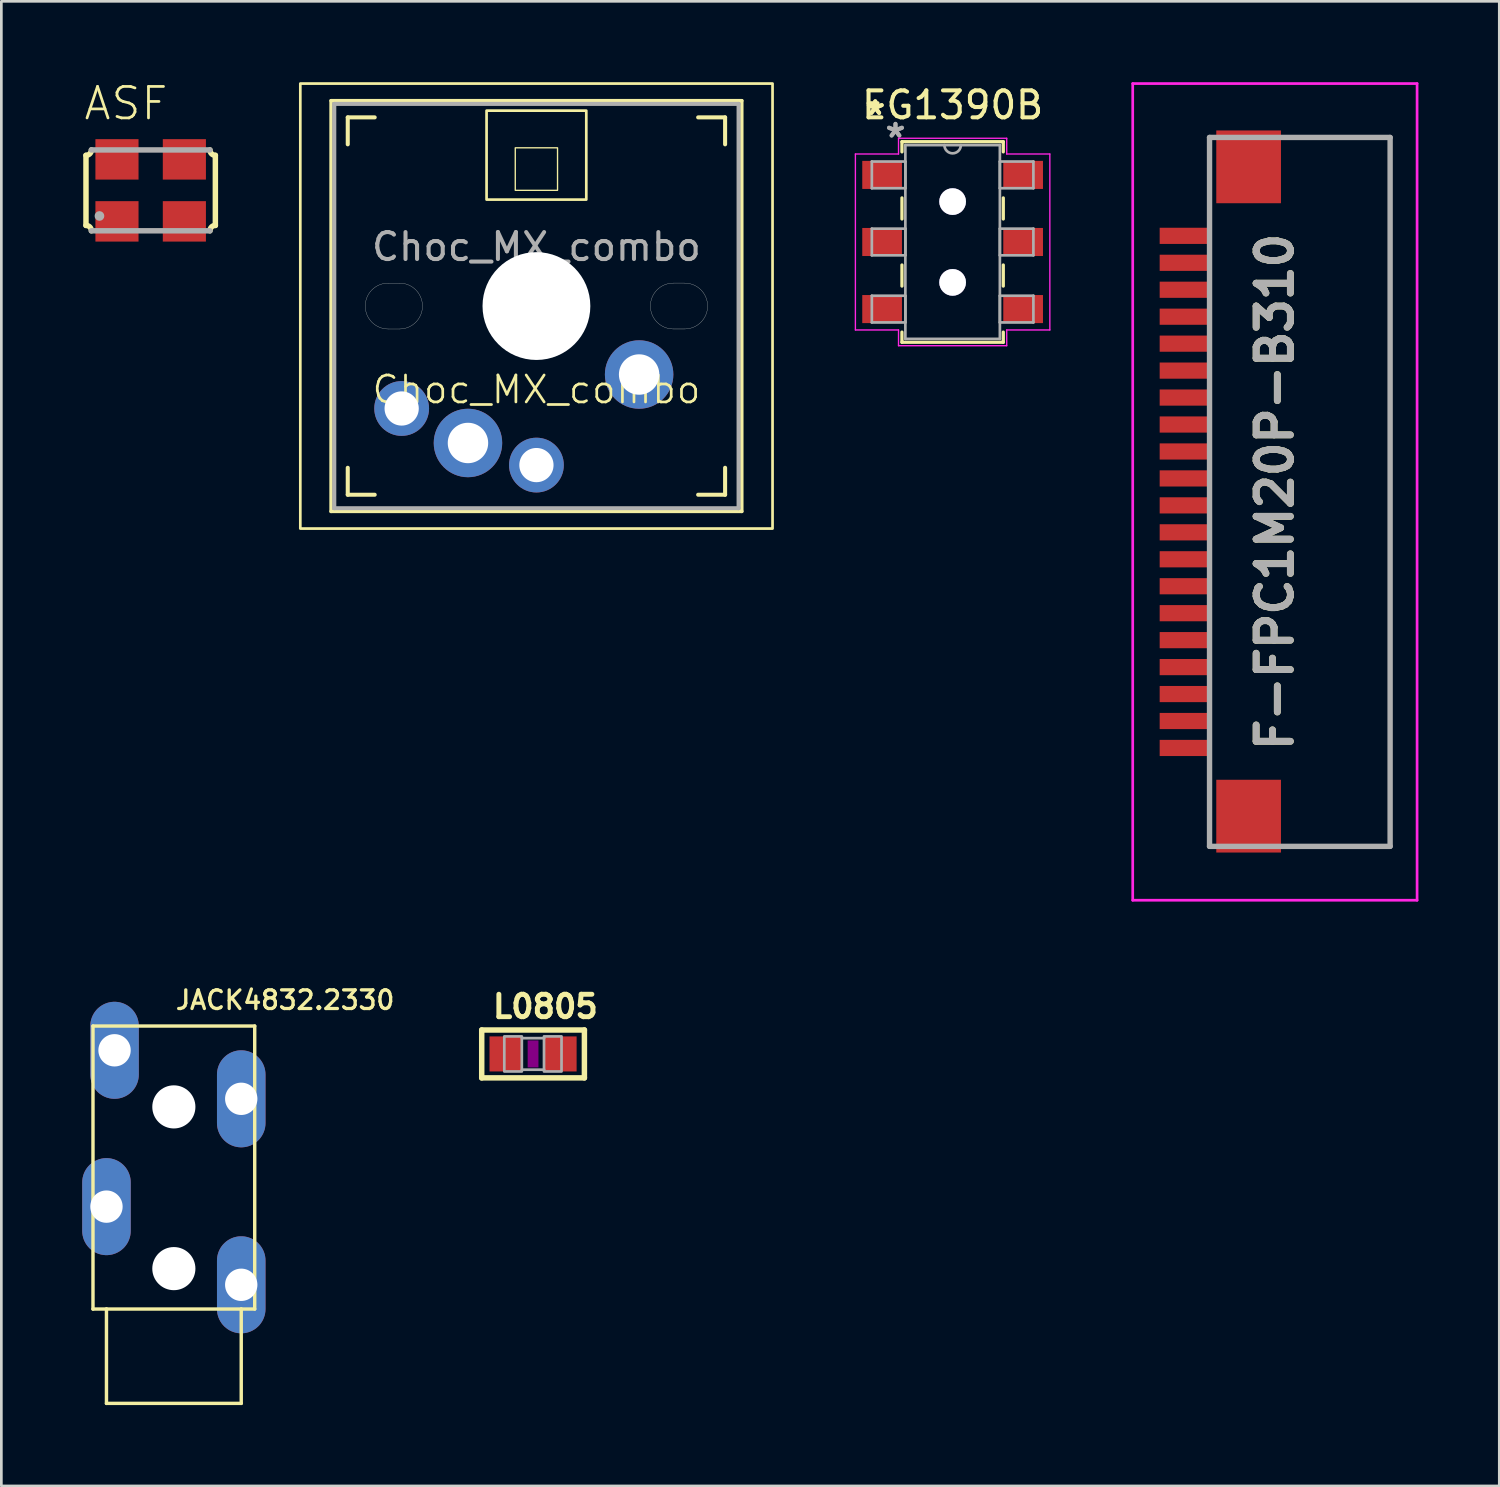
<source format=kicad_pcb>
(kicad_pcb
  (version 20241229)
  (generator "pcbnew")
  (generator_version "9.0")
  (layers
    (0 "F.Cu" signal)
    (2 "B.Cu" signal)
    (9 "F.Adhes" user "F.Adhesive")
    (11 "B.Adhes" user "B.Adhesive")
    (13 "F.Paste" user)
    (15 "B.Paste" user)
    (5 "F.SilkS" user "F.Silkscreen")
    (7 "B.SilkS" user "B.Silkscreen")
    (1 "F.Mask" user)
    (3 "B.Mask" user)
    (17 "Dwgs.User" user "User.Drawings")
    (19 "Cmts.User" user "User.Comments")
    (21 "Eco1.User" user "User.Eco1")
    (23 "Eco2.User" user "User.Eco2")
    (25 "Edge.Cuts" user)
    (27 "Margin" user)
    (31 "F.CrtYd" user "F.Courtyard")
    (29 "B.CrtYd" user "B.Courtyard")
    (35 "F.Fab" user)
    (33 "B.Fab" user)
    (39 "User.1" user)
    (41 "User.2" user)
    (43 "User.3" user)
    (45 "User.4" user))
  (footprint "L0805"
    (layer "F.Cu")
    (at 16.727 36.052)
    (property "Reference" "L0805" (at -1.587 -1.27 0) (layer "F.SilkS") (effects (font (size 0.833 0.833) (thickness 0.183)) (justify left bottom)))
    (fp_line (start -1.905 -0.889) (end 1.905 -0.889) (stroke (width 0.203) (type solid)) (layer "F.SilkS"))
    (fp_line (start -1.905 0.889) (end -1.905 -0.889) (stroke (width 0.203) (type solid)) (layer "F.SilkS"))
    (fp_line (start 1.905 -0.889) (end 1.905 0.889) (stroke (width 0.203) (type solid)) (layer "F.SilkS"))
    (fp_line (start 1.905 0.889) (end -1.905 0.889) (stroke (width 0.203) (type solid)) (layer "F.SilkS"))
    (fp_poly (pts (xy -0.2 0.5) (xy 0.2 0.5) (xy 0.2 -0.5) (xy -0.2 -0.5)) (stroke (width 0) (type default)) (fill yes) (layer "F.Adhes"))
    (fp_line (start -0.41 -0.585) (end 0.41 -0.585) (stroke (width 0.102) (type solid)) (layer "F.Fab"))
    (fp_line (start -0.41 0.585) (end 0.41 0.585) (stroke (width 0.102) (type solid)) (layer "F.Fab"))
    (fp_poly (pts (xy -1.067 0.65) (xy -0.417 0.65) (xy -0.417 -0.65) (xy -1.067 -0.65)) (stroke (width 0.1) (type default)) (fill no) (layer "F.Fab"))
    (fp_poly (pts (xy 0.406 0.65) (xy 1.056 0.65) (xy 1.056 -0.65) (xy 0.406 -0.65)) (stroke (width 0.1) (type default)) (fill no) (layer "F.Fab"))
    (pad "1" smd rect (at -1.016 0) (size 1.2 1.3) (layers "F.Cu" "F.Mask" "F.Paste"))
    (pad "2" smd rect (at 1.016 0) (size 1.2 1.3) (layers "F.Cu" "F.Mask" "F.Paste")))
  (footprint "JACK4832.2330"
    (layer "F.Cu")
    (at 3.4 44.617)
    (property "Reference" "JACK4832.2330" (at 0 -10.16 0) (layer "F.SilkS") (effects (font (size 0.691 0.691) (thickness 0.122)) (justify left bottom)))
    (fp_line (start -3 -9.6) (end 3 -9.6) (stroke (width 0.127) (type solid)) (layer "F.SilkS"))
    (fp_line (start -3 0.9) (end -3 -9.6) (stroke (width 0.127) (type solid)) (layer "F.SilkS"))
    (fp_line (start -2.5 0.9) (end -3 0.9) (stroke (width 0.127) (type solid)) (layer "F.SilkS"))
    (fp_line (start -2.5 4.4) (end -2.5 0.9) (stroke (width 0.127) (type solid)) (layer "F.SilkS"))
    (fp_line (start 2.5 0.9) (end -2.5 0.9) (stroke (width 0.127) (type solid)) (layer "F.SilkS"))
    (fp_line (start 2.5 0.9) (end 2.5 4.4) (stroke (width 0.127) (type solid)) (layer "F.SilkS"))
    (fp_line (start 2.5 4.4) (end -2.5 4.4) (stroke (width 0.127) (type solid)) (layer "F.SilkS"))
    (fp_line (start 3 -9.6) (end 3 0.9) (stroke (width 0.127) (type solid)) (layer "F.SilkS"))
    (fp_line (start 3 0.9) (end 2.5 0.9) (stroke (width 0.127) (type solid)) (layer "F.SilkS"))
    (pad "" np_thru_hole circle (at 0 -6.6) (size 1.6 1.6) (drill 1.6) (layers "*.Cu" "*.Mask"))
    (pad "" np_thru_hole circle (at 0 -0.6) (size 1.6 1.6) (drill 1.6) (layers "*.Cu" "*.Mask"))
    (pad "R" thru_hole oval (at -2.5 -2.9 90) (size 3.6 1.8) (drill 1.2) (layers "*.Cu" "*.Mask"))
    (pad "S" thru_hole oval (at 2.5 0 90) (size 3.6 1.8) (drill 1.2) (layers "*.Cu" "*.Mask"))
    (pad "SW" thru_hole oval (at -2.2 -8.7 90) (size 3.6 1.8) (drill 1.2) (layers "*.Cu" "*.Mask"))
    (pad "T" thru_hole oval (at 2.5 -6.9 90) (size 3.6 1.8) (drill 1.2) (layers "*.Cu" "*.Mask")))
  (footprint "Choc_MX_combo"
    (layer "F.Cu")
    (at 16.852 8.305)
    (property "Reference" "Choc_MX_combo" (at 0 3.1 0) (unlocked yes) (layer "F.SilkS") (effects (font (size 1 1) (thickness 0.1))))
    (attr through_hole)
    (fp_line (start -7.62 -7.62) (end 7.62 -7.62) (stroke (width 0.127) (type solid)) (layer "F.SilkS"))
    (fp_line (start -7.62 7.62) (end -7.62 -7.62) (stroke (width 0.127) (type solid)) (layer "F.SilkS"))
    (fp_line (start -7 -6) (end -7 -7) (stroke (width 0.15) (type solid)) (layer "F.SilkS"))
    (fp_line (start -7 7) (end -7 6) (stroke (width 0.15) (type solid)) (layer "F.SilkS"))
    (fp_line (start -7 7) (end -6 7) (stroke (width 0.15) (type solid)) (layer "F.SilkS"))
    (fp_line (start -6 -7) (end -7 -7) (stroke (width 0.15) (type solid)) (layer "F.SilkS"))
    (fp_line (start 6 7) (end 7 7) (stroke (width 0.15) (type solid)) (layer "F.SilkS"))
    (fp_line (start 7 -7) (end 6 -7) (stroke (width 0.15) (type solid)) (layer "F.SilkS"))
    (fp_line (start 7 -7) (end 7 -6) (stroke (width 0.15) (type solid)) (layer "F.SilkS"))
    (fp_line (start 7 6) (end 7 7) (stroke (width 0.15) (type solid)) (layer "F.SilkS"))
    (fp_line (start 7.62 -7.62) (end 7.62 7.62) (stroke (width 0.127) (type solid)) (layer "F.SilkS"))
    (fp_line (start 7.62 7.62) (end -7.62 7.62) (stroke (width 0.127) (type solid)) (layer "F.SilkS"))
    (fp_rect (start -8.76 -8.255) (end 8.76 8.255) (stroke (width 0.1) (type default)) (fill no) (layer "F.SilkS"))
    (fp_rect (start -1.85 -7.25) (end 1.85 -3.95) (stroke (width 0.1) (type default)) (fill no) (layer "F.SilkS"))
    (fp_rect (start -0.785 -5.871) (end 0.783 -4.294) (stroke (width 0.05) (type default)) (fill no) (layer "F.SilkS"))
    (fp_circle (center 0.001 -5.084) (end 0.002 -5.084) (stroke (width 0) (type solid)) (fill yes) (layer "F.SilkS"))
    (fp_line (start -6.9 6.9) (end -6.9 -6.9) (stroke (width 0.15) (type solid)) (layer "Eco2.User"))
    (fp_line (start -6.9 6.9) (end 6.9 6.9) (stroke (width 0.15) (type solid)) (layer "Eco2.User"))
    (fp_line (start -2.6 -3.1) (end -2.6 -6.3) (stroke (width 0.15) (type solid)) (layer "Eco2.User"))
    (fp_line (start -2.6 -3.1) (end 2.6 -3.1) (stroke (width 0.15) (type solid)) (layer "Eco2.User"))
    (fp_line (start 2.6 -6.3) (end -2.6 -6.3) (stroke (width 0.15) (type solid)) (layer "Eco2.User"))
    (fp_line (start 2.6 -3.1) (end 2.6 -6.3) (stroke (width 0.15) (type solid)) (layer "Eco2.User"))
    (fp_line (start 6.9 -6.9) (end -6.9 -6.9) (stroke (width 0.15) (type solid)) (layer "Eco2.User"))
    (fp_line (start 6.9 -6.9) (end 6.9 6.9) (stroke (width 0.15) (type solid)) (layer "Eco2.User"))
    (fp_line (start -5.5 -0.851) (end -5.079 -0.851) (stroke (width 0.01) (type default)) (layer "Edge.Cuts"))
    (fp_line (start -5.5 0.851) (end -5.079 0.851) (stroke (width 0.01) (type default)) (layer "Edge.Cuts"))
    (fp_line (start 5.079 -0.852) (end 5.5 -0.852) (stroke (width 0.01) (type default)) (layer "Edge.Cuts"))
    (fp_line (start 5.079 0.85) (end 5.5 0.85) (stroke (width 0.01) (type default)) (layer "Edge.Cuts"))
    (fp_arc (start -5.5 0.8509) (mid -6.3509 0) (end -5.5 -0.8509) (stroke (width 0.01) (type default)) (layer "Edge.Cuts"))
    (fp_arc (start -5.0791 -0.8509) (mid -4.2282 0) (end -5.0791 0.8509) (stroke (width 0.01) (type default)) (layer "Edge.Cuts"))
    (fp_arc (start 5.0791 0.85) (mid 4.2282 -0.0009) (end 5.0791 -0.8518) (stroke (width 0.01) (type default)) (layer "Edge.Cuts"))
    (fp_arc (start 5.5 -0.8518) (mid 6.3509 -0.0009) (end 5.5 0.85) (stroke (width 0.01) (type default)) (layer "Edge.Cuts"))
    (fp_line (start -7.5 -7.5) (end 7.5 -7.5) (stroke (width 0.15) (type solid)) (layer "F.Fab"))
    (fp_line (start -7.5 7.5) (end -7.5 -7.5) (stroke (width 0.15) (type solid)) (layer "F.Fab"))
    (fp_line (start 7.5 -7.5) (end 7.5 7.5) (stroke (width 0.15) (type solid)) (layer "F.Fab"))
    (fp_line (start 7.5 7.5) (end -7.5 7.5) (stroke (width 0.15) (type solid)) (layer "F.Fab"))
    (fp_text user "${REFERENCE}" (at 0 -2.2 0) (layer "F.Fab") (effects (font (size 1 1) (thickness 0.15))))
    (pad "" np_thru_hole circle (at 0 0 180) (size 4 4) (drill 4) (layers "*.Cu" "*.Mask"))
    (pad "SW1" thru_hole circle (at 0 5.9) (size 2.032 2.032) (drill 1.27) (layers "*.Cu" "*.Mask"))
    (pad "SW1" thru_hole circle (at 3.81 2.54 180) (size 2.54 2.54) (drill 1.5) (layers "*.Cu" "*.Mask"))
    (pad "SW2" thru_hole circle (at -5 3.8) (size 2.032 2.032) (drill 1.27) (layers "*.Cu" "*.Mask"))
    (pad "SW2" thru_hole circle (at -2.54 5.08 180) (size 2.54 2.54) (drill 1.5) (layers "*.Cu" "*.Mask")))
  (footprint "F-FPC1M20P-B310"
    (layer "F.Cu")
    (at 44.245 15.68)
    (property "Reference" "F-FPC1M20P-B310" (at 0.005 -0.48 90) (layer "F.SilkS") (effects (font (size 1.27 1.27) (thickness 0.254))))
    (attr smd)
    (fp_line (start -2.42 -10.98) (end -2.42 -11.48) (stroke (width 0.1) (type solid)) (layer "F.SilkS"))
    (fp_line (start -2.42 10.52) (end -2.42 10.02) (stroke (width 0.1) (type solid)) (layer "F.SilkS"))
    (fp_line (start 1.48 12.67) (end 4.28 12.67) (stroke (width 0.1) (type solid)) (layer "F.SilkS"))
    (fp_line (start 4.28 -13.63) (end 1.48 -13.63) (stroke (width 0.1) (type solid)) (layer "F.SilkS"))
    (fp_line (start 4.28 12.67) (end 4.28 -13.63) (stroke (width 0.1) (type solid)) (layer "F.SilkS"))
    (fp_line (start -5.27 -15.63) (end 5.28 -15.63) (stroke (width 0.1) (type solid)) (layer "F.CrtYd"))
    (fp_line (start -5.27 14.67) (end -5.27 -15.63) (stroke (width 0.1) (type solid)) (layer "F.CrtYd"))
    (fp_line (start 5.28 -15.63) (end 5.28 14.67) (stroke (width 0.1) (type solid)) (layer "F.CrtYd"))
    (fp_line (start 5.28 14.67) (end -5.27 14.67) (stroke (width 0.1) (type solid)) (layer "F.CrtYd"))
    (fp_line (start -2.42 -13.63) (end 4.28 -13.63) (stroke (width 0.2) (type solid)) (layer "F.Fab"))
    (fp_line (start -2.42 12.67) (end -2.42 -13.63) (stroke (width 0.2) (type solid)) (layer "F.Fab"))
    (fp_line (start 4.28 -13.63) (end 4.28 12.67) (stroke (width 0.2) (type solid)) (layer "F.Fab"))
    (fp_line (start 4.28 12.67) (end -2.42 12.67) (stroke (width 0.2) (type solid)) (layer "F.Fab"))
    (fp_text user "${REFERENCE}" (at 0.005 -0.48 90) (layer "F.Fab") (effects (font (size 1.27 1.27) (thickness 0.254))))
    (pad "" smd rect (at -0.97 -12.54 90) (size 2.7 2.4) (layers "F.Cu" "F.Mask" "F.Paste"))
    (pad "" smd rect (at -0.97 11.55 90) (size 2.7 2.4) (layers "F.Cu" "F.Mask" "F.Paste"))
    (pad "1" smd rect (at -3.32 9.02 90) (size 0.6 1.9) (layers "F.Cu" "F.Mask" "F.Paste"))
    (pad "2" smd rect (at -3.32 8.02 90) (size 0.6 1.9) (layers "F.Cu" "F.Mask" "F.Paste"))
    (pad "3" smd rect (at -3.32 7.02 90) (size 0.6 1.9) (layers "F.Cu" "F.Mask" "F.Paste"))
    (pad "4" smd rect (at -3.32 6.02 90) (size 0.6 1.9) (layers "F.Cu" "F.Mask" "F.Paste"))
    (pad "5" smd rect (at -3.32 5.02 90) (size 0.6 1.9) (layers "F.Cu" "F.Mask" "F.Paste"))
    (pad "6" smd rect (at -3.32 4.02 90) (size 0.6 1.9) (layers "F.Cu" "F.Mask" "F.Paste"))
    (pad "7" smd rect (at -3.32 3.02 90) (size 0.6 1.9) (layers "F.Cu" "F.Mask" "F.Paste"))
    (pad "8" smd rect (at -3.32 2.02 90) (size 0.6 1.9) (layers "F.Cu" "F.Mask" "F.Paste"))
    (pad "9" smd rect (at -3.32 1.02 90) (size 0.6 1.9) (layers "F.Cu" "F.Mask" "F.Paste"))
    (pad "10" smd rect (at -3.32 0.02 90) (size 0.6 1.9) (layers "F.Cu" "F.Mask" "F.Paste"))
    (pad "11" smd rect (at -3.32 -0.98 90) (size 0.6 1.9) (layers "F.Cu" "F.Mask" "F.Paste"))
    (pad "12" smd rect (at -3.32 -1.98 90) (size 0.6 1.9) (layers "F.Cu" "F.Mask" "F.Paste"))
    (pad "13" smd rect (at -3.32 -2.98 90) (size 0.6 1.9) (layers "F.Cu" "F.Mask" "F.Paste"))
    (pad "14" smd rect (at -3.32 -3.98 90) (size 0.6 1.9) (layers "F.Cu" "F.Mask" "F.Paste"))
    (pad "15" smd rect (at -3.32 -4.98 90) (size 0.6 1.9) (layers "F.Cu" "F.Mask" "F.Paste"))
    (pad "16" smd rect (at -3.32 -5.98 90) (size 0.6 1.9) (layers "F.Cu" "F.Mask" "F.Paste"))
    (pad "17" smd rect (at -3.32 -6.98 90) (size 0.6 1.9) (layers "F.Cu" "F.Mask" "F.Paste"))
    (pad "18" smd rect (at -3.32 -7.98 90) (size 0.6 1.9) (layers "F.Cu" "F.Mask" "F.Paste"))
    (pad "19" smd rect (at -3.32 -8.98 90) (size 0.6 1.9) (layers "F.Cu" "F.Mask" "F.Paste"))
    (pad "20" smd rect (at -3.32 -9.98 90) (size 0.6 1.9) (layers "F.Cu" "F.Mask" "F.Paste")))
  (footprint "ASF"
    (layer "F.Cu")
    (at 2.54 4.013)
    (property "Reference" "ASF" (at -2.54 -2.54 0) (layer "F.SilkS") (effects (font (size 1.168 1.168) (thickness 0.102)) (justify left bottom)))
    (fp_line (start -2.4 1.3) (end -2.4 -1.3) (stroke (width 0.203) (type solid)) (layer "F.SilkS"))
    (fp_line (start 2.4 -1.3) (end 2.4 1.3) (stroke (width 0.203) (type solid)) (layer "F.SilkS"))
    (fp_arc (start -2.4 1.3) (mid -2.258579 1.358579) (end -2.2 1.5) (stroke (width 0.2032) (type solid)) (layer "F.SilkS"))
    (fp_arc (start -2.2 -1.5) (mid -2.258579 -1.358579) (end -2.4 -1.3) (stroke (width 0.2032) (type solid)) (layer "F.SilkS"))
    (fp_arc (start 2.2 1.5) (mid 2.258579 1.358579) (end 2.4 1.3) (stroke (width 0.2032) (type solid)) (layer "F.SilkS"))
    (fp_arc (start 2.4 -1.3) (mid 2.258579 -1.358579) (end 2.2 -1.5) (stroke (width 0.2032) (type solid)) (layer "F.SilkS"))
    (fp_line (start -2.2 -1.5) (end 2.2 -1.5) (stroke (width 0.203) (type solid)) (layer "F.Fab"))
    (fp_line (start 2.2 1.5) (end -2.2 1.5) (stroke (width 0.203) (type solid)) (layer "F.Fab"))
    (fp_circle (center -1.9 0.95) (end -1.81 0.95) (stroke (width 0.18) (type solid)) (fill no) (layer "F.Fab"))
    (pad "1" smd rect (at -1.25 1.15) (size 1.6 1.5) (layers "F.Cu" "F.Mask" "F.Paste"))
    (pad "2" smd rect (at 1.25 1.15) (size 1.6 1.5) (layers "F.Cu" "F.Mask" "F.Paste"))
    (pad "3" smd rect (at 1.25 -1.15 180) (size 1.6 1.5) (layers "F.Cu" "F.Mask" "F.Paste"))
    (pad "4" smd rect (at -1.25 -1.15 180) (size 1.6 1.5) (layers "F.Cu" "F.Mask" "F.Paste")))
  (footprint "EG1390B"
    (layer "F.Cu")
    (at 32.293 5.928)
    (property "Reference" "EG1390B" (at 0 -5.08 0) (layer "F.SilkS") (effects (font (size 1 1) (thickness 0.15))))
    (attr through_hole)
    (fp_line (start -1.88 -3.721) (end -1.88 -3.343) (stroke (width 0.12) (type solid)) (layer "F.SilkS"))
    (fp_line (start -1.88 -1.636) (end -1.88 -0.853) (stroke (width 0.12) (type solid)) (layer "F.SilkS"))
    (fp_line (start -1.88 0.853) (end -1.88 1.636) (stroke (width 0.12) (type solid)) (layer "F.SilkS"))
    (fp_line (start -1.88 3.343) (end -1.88 3.721) (stroke (width 0.12) (type solid)) (layer "F.SilkS"))
    (fp_line (start -1.88 3.721) (end 1.88 3.721) (stroke (width 0.12) (type solid)) (layer "F.SilkS"))
    (fp_line (start 1.88 -3.721) (end -1.88 -3.721) (stroke (width 0.12) (type solid)) (layer "F.SilkS"))
    (fp_line (start 1.88 -3.343) (end 1.88 -3.721) (stroke (width 0.12) (type solid)) (layer "F.SilkS"))
    (fp_line (start 1.88 -0.853) (end 1.88 -1.636) (stroke (width 0.12) (type solid)) (layer "F.SilkS"))
    (fp_line (start 1.88 1.636) (end 1.88 0.853) (stroke (width 0.12) (type solid)) (layer "F.SilkS"))
    (fp_line (start 1.88 3.721) (end 1.88 3.343) (stroke (width 0.12) (type solid)) (layer "F.SilkS"))
    (fp_line (start -3.607 -3.264) (end -2.007 -3.264) (stroke (width 0.05) (type solid)) (layer "F.CrtYd"))
    (fp_line (start -3.607 3.264) (end -3.607 -3.264) (stroke (width 0.05) (type solid)) (layer "F.CrtYd"))
    (fp_line (start -2.007 -3.848) (end 2.007 -3.848) (stroke (width 0.05) (type solid)) (layer "F.CrtYd"))
    (fp_line (start -2.007 -3.264) (end -2.007 -3.848) (stroke (width 0.05) (type solid)) (layer "F.CrtYd"))
    (fp_line (start -2.007 3.264) (end -3.607 3.264) (stroke (width 0.05) (type solid)) (layer "F.CrtYd"))
    (fp_line (start -2.007 3.848) (end -2.007 3.264) (stroke (width 0.05) (type solid)) (layer "F.CrtYd"))
    (fp_line (start 2.007 -3.848) (end 2.007 -3.264) (stroke (width 0.05) (type solid)) (layer "F.CrtYd"))
    (fp_line (start 2.007 3.264) (end 2.007 3.848) (stroke (width 0.05) (type solid)) (layer "F.CrtYd"))
    (fp_line (start 2.007 3.848) (end -2.007 3.848) (stroke (width 0.05) (type solid)) (layer "F.CrtYd"))
    (fp_line (start 3.607 -3.264) (end 2.007 -3.264) (stroke (width 0.05) (type solid)) (layer "F.CrtYd"))
    (fp_line (start 3.607 -3.264) (end 3.607 3.264) (stroke (width 0.05) (type solid)) (layer "F.CrtYd"))
    (fp_line (start 3.607 3.264) (end 2.007 3.264) (stroke (width 0.05) (type solid)) (layer "F.CrtYd"))
    (fp_line (start -2.997 -2.985) (end -2.997 -1.994) (stroke (width 0.1) (type solid)) (layer "F.Fab"))
    (fp_line (start -2.997 -1.994) (end -1.753 -1.994) (stroke (width 0.1) (type solid)) (layer "F.Fab"))
    (fp_line (start -2.997 -0.495) (end -2.997 0.495) (stroke (width 0.1) (type solid)) (layer "F.Fab"))
    (fp_line (start -2.997 0.495) (end -1.753 0.495) (stroke (width 0.1) (type solid)) (layer "F.Fab"))
    (fp_line (start -2.997 1.994) (end -2.997 2.985) (stroke (width 0.1) (type solid)) (layer "F.Fab"))
    (fp_line (start -2.997 2.985) (end -1.753 2.985) (stroke (width 0.1) (type solid)) (layer "F.Fab"))
    (fp_line (start -1.753 -3.594) (end -1.753 3.594) (stroke (width 0.1) (type solid)) (layer "F.Fab"))
    (fp_line (start -1.753 -2.985) (end -2.997 -2.985) (stroke (width 0.1) (type solid)) (layer "F.Fab"))
    (fp_line (start -1.753 -1.994) (end -1.753 -2.985) (stroke (width 0.1) (type solid)) (layer "F.Fab"))
    (fp_line (start -1.753 -0.495) (end -2.997 -0.495) (stroke (width 0.1) (type solid)) (layer "F.Fab"))
    (fp_line (start -1.753 0.495) (end -1.753 -0.495) (stroke (width 0.1) (type solid)) (layer "F.Fab"))
    (fp_line (start -1.753 1.994) (end -2.997 1.994) (stroke (width 0.1) (type solid)) (layer "F.Fab"))
    (fp_line (start -1.753 2.985) (end -1.753 1.994) (stroke (width 0.1) (type solid)) (layer "F.Fab"))
    (fp_line (start -1.753 3.594) (end 1.753 3.594) (stroke (width 0.1) (type solid)) (layer "F.Fab"))
    (fp_line (start 1.753 -3.594) (end -1.753 -3.594) (stroke (width 0.1) (type solid)) (layer "F.Fab"))
    (fp_line (start 1.753 -2.985) (end 1.753 -1.994) (stroke (width 0.1) (type solid)) (layer "F.Fab"))
    (fp_line (start 1.753 -1.994) (end 2.997 -1.994) (stroke (width 0.1) (type solid)) (layer "F.Fab"))
    (fp_line (start 1.753 -0.495) (end 1.753 0.495) (stroke (width 0.1) (type solid)) (layer "F.Fab"))
    (fp_line (start 1.753 0.495) (end 2.997 0.495) (stroke (width 0.1) (type solid)) (layer "F.Fab"))
    (fp_line (start 1.753 1.994) (end 1.753 2.985) (stroke (width 0.1) (type solid)) (layer "F.Fab"))
    (fp_line (start 1.753 2.985) (end 2.997 2.985) (stroke (width 0.1) (type solid)) (layer "F.Fab"))
    (fp_line (start 1.753 3.594) (end 1.753 -3.594) (stroke (width 0.1) (type solid)) (layer "F.Fab"))
    (fp_line (start 2.997 -2.985) (end 1.753 -2.985) (stroke (width 0.1) (type solid)) (layer "F.Fab"))
    (fp_line (start 2.997 -1.994) (end 2.997 -2.985) (stroke (width 0.1) (type solid)) (layer "F.Fab"))
    (fp_line (start 2.997 -0.495) (end 1.753 -0.495) (stroke (width 0.1) (type solid)) (layer "F.Fab"))
    (fp_line (start 2.997 0.495) (end 2.997 -0.495) (stroke (width 0.1) (type solid)) (layer "F.Fab"))
    (fp_line (start 2.997 1.994) (end 1.753 1.994) (stroke (width 0.1) (type solid)) (layer "F.Fab"))
    (fp_line (start 2.997 2.985) (end 2.997 1.994) (stroke (width 0.1) (type solid)) (layer "F.Fab"))
    (fp_arc (start 0.3048 -3.5941) (mid 0 -3.2893) (end -0.3048 -3.5941) (stroke (width 0.1) (type solid)) (layer "F.Fab"))
    (fp_text user "*" (at -2.87 -4.674 0) (layer "F.SilkS") (effects (font (size 1 1) (thickness 0.15))))
    (fp_text user "*" (at -2.87 -4.674 0) (layer "F.SilkS") (effects (font (size 1 1) (thickness 0.15))))
    (fp_text user "*" (at -2.12 -3.84 0) (layer "F.Fab") (effects (font (size 1 1) (thickness 0.15))))
    (fp_text user "*" (at -2.12 -3.83 0) (layer "F.Fab") (effects (font (size 1 1) (thickness 0.15))))
    (pad "1" smd rect (at -2.616 -2.489) (size 1.473 1.041) (layers "F.Cu" "F.Mask" "F.Paste"))
    (pad "2" smd rect (at -2.616 0) (size 1.473 1.041) (layers "F.Cu" "F.Mask" "F.Paste"))
    (pad "3" smd rect (at -2.616 2.489) (size 1.473 1.041) (layers "F.Cu" "F.Mask" "F.Paste"))
    (pad "4" smd rect (at 2.616 -2.489) (size 1.473 1.041) (layers "F.Cu" "F.Mask" "F.Paste"))
    (pad "5" smd rect (at 2.616 0) (size 1.473 1.041) (layers "F.Cu" "F.Mask" "F.Paste"))
    (pad "6" smd rect (at 2.616 2.489) (size 1.473 1.041) (layers "F.Cu" "F.Mask" "F.Paste"))
    (pad "7" thru_hole circle (at 0 -1.499) (size 0.991 0.991) (drill 0.991) (layers "*.Cu" "*.Mask"))
    (pad "8" thru_hole circle (at 0 1.499) (size 0.991 0.991) (drill 0.991) (layers "*.Cu" "*.Mask")))
  (gr_rect
    (start -3 -3)
    (end 52.575 52.08)
    (stroke (width 0.1) (type default))
    (fill no)
    (layer "Edge.Cuts")))
</source>
